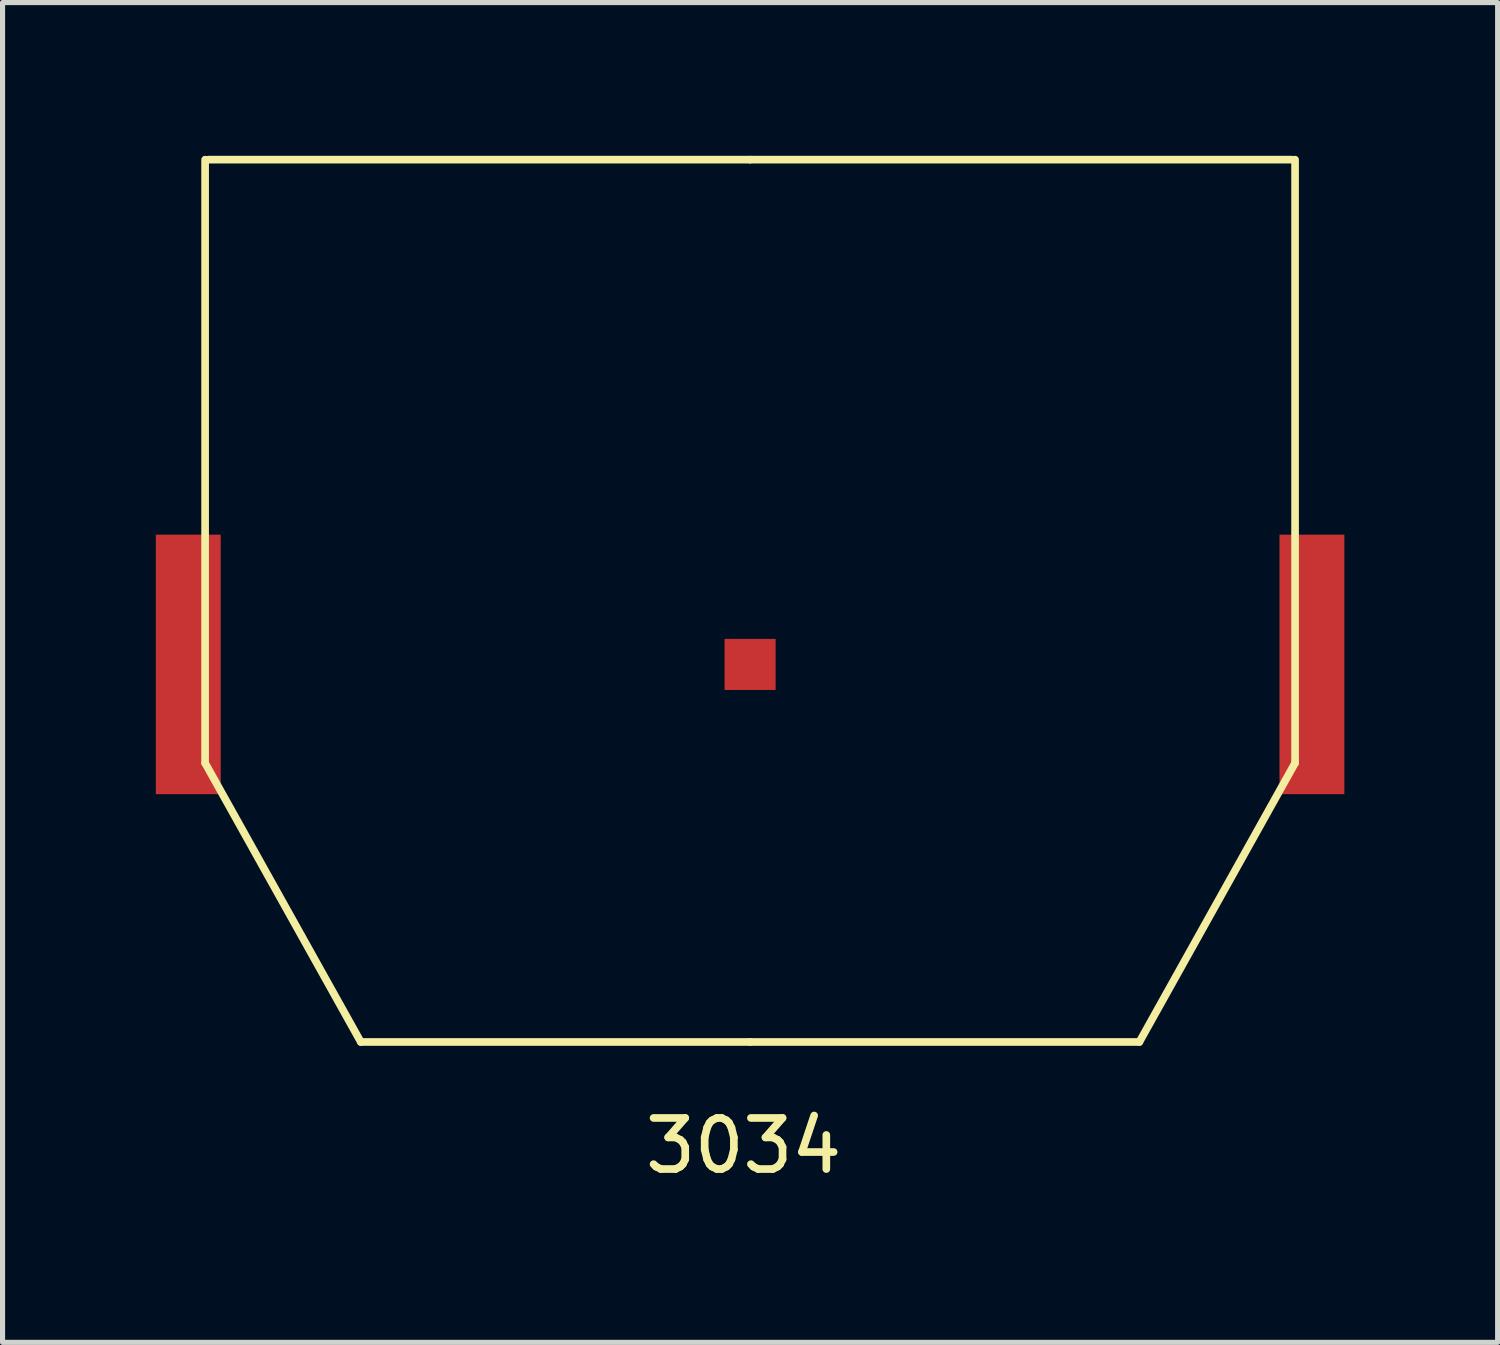
<source format=kicad_pcb>
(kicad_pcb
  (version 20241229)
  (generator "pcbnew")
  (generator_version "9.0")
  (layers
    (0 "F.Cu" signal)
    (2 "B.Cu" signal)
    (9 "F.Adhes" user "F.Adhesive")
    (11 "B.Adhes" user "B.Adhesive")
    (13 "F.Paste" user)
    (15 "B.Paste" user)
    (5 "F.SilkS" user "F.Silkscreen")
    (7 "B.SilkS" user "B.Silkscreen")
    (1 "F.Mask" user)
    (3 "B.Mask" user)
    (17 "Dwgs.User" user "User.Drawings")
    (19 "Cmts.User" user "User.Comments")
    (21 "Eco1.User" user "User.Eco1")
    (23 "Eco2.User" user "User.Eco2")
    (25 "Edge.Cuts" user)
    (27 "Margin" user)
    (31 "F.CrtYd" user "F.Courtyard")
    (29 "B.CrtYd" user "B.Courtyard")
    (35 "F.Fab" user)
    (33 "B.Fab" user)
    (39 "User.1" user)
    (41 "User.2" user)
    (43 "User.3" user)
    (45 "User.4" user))
  (footprint "3034"
    (layer "F.Cu")
    (at 11.633 17.347)
    (property "Reference" "3034" (at -0.127 2.032 0) (layer "F.SilkS") (effects (font (size 1 1) (thickness 0.15))))
    (attr through_hole)
    (fp_line (start -10.668 -17.272) (end -10.668 -5.461) (stroke (width 0.15) (type solid)) (layer "F.SilkS"))
    (fp_line (start -10.668 -5.461) (end -7.62 0) (stroke (width 0.15) (type solid)) (layer "F.SilkS"))
    (fp_line (start -10.604 -17.272) (end 0 -17.272) (stroke (width 0.15) (type solid)) (layer "F.SilkS"))
    (fp_line (start -7.62 0) (end 0 0) (stroke (width 0.15) (type solid)) (layer "F.SilkS"))
    (fp_line (start 0 -17.272) (end 10.604 -17.272) (stroke (width 0.15) (type solid)) (layer "F.SilkS"))
    (fp_line (start 0 0) (end 7.62 0) (stroke (width 0.15) (type solid)) (layer "F.SilkS"))
    (fp_line (start 10.668 -17.272) (end 10.668 -5.461) (stroke (width 0.15) (type solid)) (layer "F.SilkS"))
    (fp_line (start 10.668 -5.461) (end 7.62 0) (stroke (width 0.15) (type solid)) (layer "F.SilkS"))
    (pad "1" smd rect (at -10.998 -7.391) (size 1.27 5.08) (layers "F.Cu" "F.Mask" "F.Paste"))
    (pad "1" smd rect (at 10.998 -7.391) (size 1.27 5.08) (layers "F.Cu" "F.Mask" "F.Paste"))
    (pad "2" smd rect (at 0 -7.391) (size 1 1) (layers "F.Cu" "F.Mask" "F.Paste")))
  (gr_rect
    (start -3 -3)
    (end 26.266 23.227)
    (stroke (width 0.1) (type default))
    (fill no)
    (layer "Edge.Cuts")))
</source>
